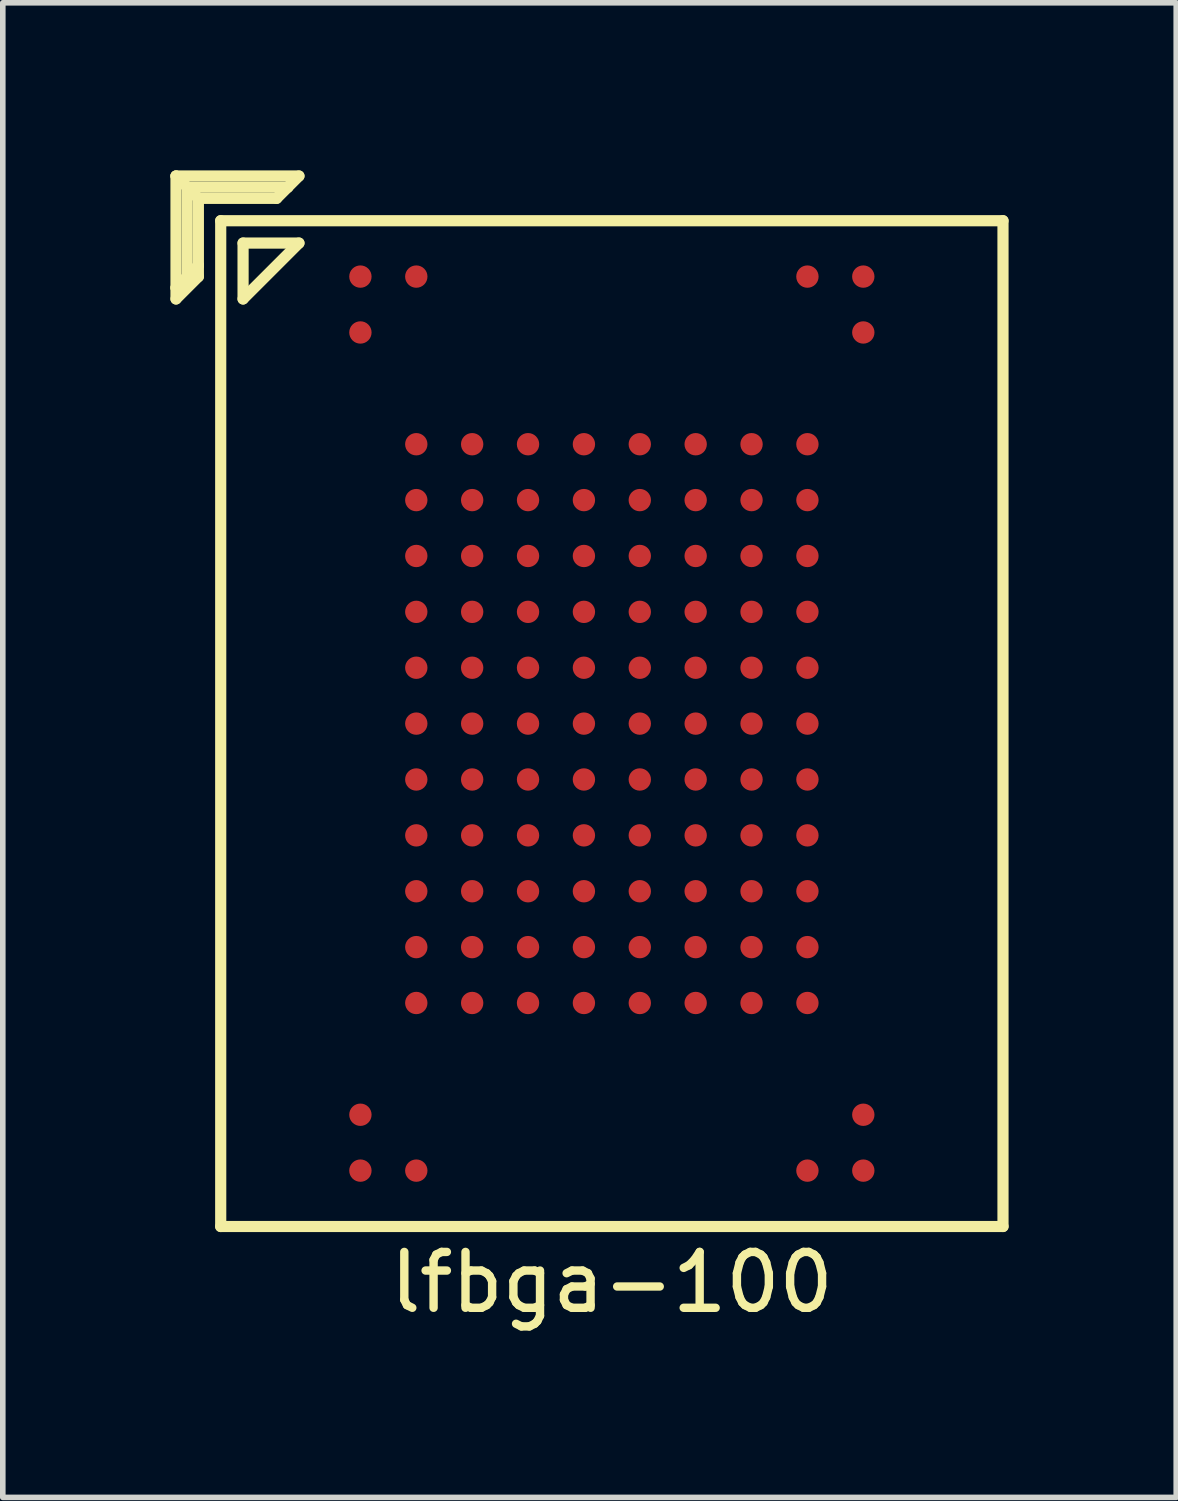
<source format=kicad_pcb>
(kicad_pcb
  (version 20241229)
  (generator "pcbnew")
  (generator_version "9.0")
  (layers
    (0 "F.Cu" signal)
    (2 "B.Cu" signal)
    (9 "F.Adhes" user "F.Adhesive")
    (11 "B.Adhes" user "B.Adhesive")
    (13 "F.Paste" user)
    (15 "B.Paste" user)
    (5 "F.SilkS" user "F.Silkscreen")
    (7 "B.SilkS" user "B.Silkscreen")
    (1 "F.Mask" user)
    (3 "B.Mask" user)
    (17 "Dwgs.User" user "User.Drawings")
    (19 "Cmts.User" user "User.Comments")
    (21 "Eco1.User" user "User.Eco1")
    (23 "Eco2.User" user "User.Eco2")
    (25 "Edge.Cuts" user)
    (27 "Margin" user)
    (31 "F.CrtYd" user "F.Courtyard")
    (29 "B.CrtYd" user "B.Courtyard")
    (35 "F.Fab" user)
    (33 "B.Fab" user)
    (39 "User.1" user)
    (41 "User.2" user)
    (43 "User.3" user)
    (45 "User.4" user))
  (footprint "lfbga-100"
    (layer "F.Cu")
    (at 7.9 9.9)
    (property "Reference" "lfbga-100" (at 0 10 0) (layer "F.SilkS") (effects (font (size 1 1) (thickness 0.15))))
    (attr through_hole)
    (fp_line (start -7.8 -9.8) (end -7.4 -9.4) (stroke (width 0.2) (type solid)) (layer "F.SilkS"))
    (fp_line (start -7.8 -9.8) (end -5.6 -9.8) (stroke (width 0.2) (type solid)) (layer "F.SilkS"))
    (fp_line (start -7.8 -7.8) (end -7.8 -9.8) (stroke (width 0.2) (type solid)) (layer "F.SilkS"))
    (fp_line (start -7.8 -7.6) (end -7.8 -7.8) (stroke (width 0.2) (type solid)) (layer "F.SilkS"))
    (fp_line (start -7.6 -9.6) (end -7.6 -8) (stroke (width 0.2) (type solid)) (layer "F.SilkS"))
    (fp_line (start -7.6 -8) (end -7.8 -7.8) (stroke (width 0.2) (type solid)) (layer "F.SilkS"))
    (fp_line (start -7.6 -8) (end -7.4 -8.2) (stroke (width 0.2) (type solid)) (layer "F.SilkS"))
    (fp_line (start -7.4 -9.4) (end -6 -9.4) (stroke (width 0.2) (type solid)) (layer "F.SilkS"))
    (fp_line (start -7.4 -8.2) (end -7.4 -9.4) (stroke (width 0.2) (type solid)) (layer "F.SilkS"))
    (fp_line (start -7.4 -8.2) (end -7.4 -8) (stroke (width 0.2) (type solid)) (layer "F.SilkS"))
    (fp_line (start -7.4 -8) (end -7.8 -7.6) (stroke (width 0.2) (type solid)) (layer "F.SilkS"))
    (fp_line (start -7 -9) (end 7 -9) (stroke (width 0.2) (type solid)) (layer "F.SilkS"))
    (fp_line (start -7 9) (end -7 -9) (stroke (width 0.2) (type solid)) (layer "F.SilkS"))
    (fp_line (start -6.6 -8.6) (end -6.6 -7.6) (stroke (width 0.2) (type solid)) (layer "F.SilkS"))
    (fp_line (start -6.6 -7.6) (end -5.6 -8.6) (stroke (width 0.2) (type solid)) (layer "F.SilkS"))
    (fp_line (start -6 -9.4) (end -5.8 -9.6) (stroke (width 0.2) (type solid)) (layer "F.SilkS"))
    (fp_line (start -5.8 -9.6) (end -7.6 -9.6) (stroke (width 0.2) (type solid)) (layer "F.SilkS"))
    (fp_line (start -5.6 -9.8) (end -5.8 -9.6) (stroke (width 0.2) (type solid)) (layer "F.SilkS"))
    (fp_line (start -5.6 -8.6) (end -6.6 -8.6) (stroke (width 0.2) (type solid)) (layer "F.SilkS"))
    (fp_line (start 7 -9) (end 7 9) (stroke (width 0.2) (type solid)) (layer "F.SilkS"))
    (fp_line (start 7 9) (end -7 9) (stroke (width 0.2) (type solid)) (layer "F.SilkS"))
    (pad "A1" smd circle (at -4.5 -8) (size 0.4 0.4) (layers "F.Cu" "F.Mask" "F.Paste"))
    (pad "A2" smd circle (at -3.5 -8) (size 0.4 0.4) (layers "F.Cu" "F.Mask" "F.Paste"))
    (pad "A9" smd circle (at 3.5 -8) (size 0.4 0.4) (layers "F.Cu" "F.Mask" "F.Paste"))
    (pad "A10" smd circle (at 4.5 -8) (size 0.4 0.4) (layers "F.Cu" "F.Mask" "F.Paste"))
    (pad "B1" smd circle (at -4.5 -7) (size 0.4 0.4) (layers "F.Cu" "F.Mask" "F.Paste"))
    (pad "B10" smd circle (at 4.5 -7) (size 0.4 0.4) (layers "F.Cu" "F.Mask" "F.Paste"))
    (pad "D2" smd circle (at -3.5 -5) (size 0.4 0.4) (layers "F.Cu" "F.Mask" "F.Paste"))
    (pad "D3" smd circle (at -2.5 -5) (size 0.4 0.4) (layers "F.Cu" "F.Mask" "F.Paste"))
    (pad "D4" smd circle (at -1.5 -5) (size 0.4 0.4) (layers "F.Cu" "F.Mask" "F.Paste"))
    (pad "D5" smd circle (at -0.5 -5) (size 0.4 0.4) (layers "F.Cu" "F.Mask" "F.Paste"))
    (pad "D6" smd circle (at 0.5 -5) (size 0.4 0.4) (layers "F.Cu" "F.Mask" "F.Paste"))
    (pad "D7" smd circle (at 1.5 -5) (size 0.4 0.4) (layers "F.Cu" "F.Mask" "F.Paste"))
    (pad "D8" smd circle (at 2.5 -5) (size 0.4 0.4) (layers "F.Cu" "F.Mask" "F.Paste"))
    (pad "D9" smd circle (at 3.5 -5) (size 0.4 0.4) (layers "F.Cu" "F.Mask" "F.Paste"))
    (pad "E2" smd circle (at -3.5 -4) (size 0.4 0.4) (layers "F.Cu" "F.Mask" "F.Paste"))
    (pad "E3" smd circle (at -2.5 -4) (size 0.4 0.4) (layers "F.Cu" "F.Mask" "F.Paste"))
    (pad "E4" smd circle (at -1.5 -4) (size 0.4 0.4) (layers "F.Cu" "F.Mask" "F.Paste"))
    (pad "E5" smd circle (at -0.5 -4) (size 0.4 0.4) (layers "F.Cu" "F.Mask" "F.Paste"))
    (pad "E6" smd circle (at 0.5 -4) (size 0.4 0.4) (layers "F.Cu" "F.Mask" "F.Paste"))
    (pad "E7" smd circle (at 1.5 -4) (size 0.4 0.4) (layers "F.Cu" "F.Mask" "F.Paste"))
    (pad "E8" smd circle (at 2.5 -4) (size 0.4 0.4) (layers "F.Cu" "F.Mask" "F.Paste"))
    (pad "E9" smd circle (at 3.5 -4) (size 0.4 0.4) (layers "F.Cu" "F.Mask" "F.Paste"))
    (pad "F2" smd circle (at -3.5 -3) (size 0.4 0.4) (layers "F.Cu" "F.Mask" "F.Paste"))
    (pad "F3" smd circle (at -2.5 -3) (size 0.4 0.4) (layers "F.Cu" "F.Mask" "F.Paste"))
    (pad "F4" smd circle (at -1.5 -3) (size 0.4 0.4) (layers "F.Cu" "F.Mask" "F.Paste"))
    (pad "F5" smd circle (at -0.5 -3) (size 0.4 0.4) (layers "F.Cu" "F.Mask" "F.Paste"))
    (pad "F6" smd circle (at 0.5 -3) (size 0.4 0.4) (layers "F.Cu" "F.Mask" "F.Paste"))
    (pad "F7" smd circle (at 1.5 -3) (size 0.4 0.4) (layers "F.Cu" "F.Mask" "F.Paste"))
    (pad "F8" smd circle (at 2.5 -3) (size 0.4 0.4) (layers "F.Cu" "F.Mask" "F.Paste"))
    (pad "F9" smd circle (at 3.5 -3) (size 0.4 0.4) (layers "F.Cu" "F.Mask" "F.Paste"))
    (pad "G2" smd circle (at -3.5 -2) (size 0.4 0.4) (layers "F.Cu" "F.Mask" "F.Paste"))
    (pad "G3" smd circle (at -2.5 -2) (size 0.4 0.4) (layers "F.Cu" "F.Mask" "F.Paste"))
    (pad "G4" smd circle (at -1.5 -2) (size 0.4 0.4) (layers "F.Cu" "F.Mask" "F.Paste"))
    (pad "G5" smd circle (at -0.5 -2) (size 0.4 0.4) (layers "F.Cu" "F.Mask" "F.Paste"))
    (pad "G6" smd circle (at 0.5 -2) (size 0.4 0.4) (layers "F.Cu" "F.Mask" "F.Paste"))
    (pad "G7" smd circle (at 1.5 -2) (size 0.4 0.4) (layers "F.Cu" "F.Mask" "F.Paste"))
    (pad "G8" smd circle (at 2.5 -2) (size 0.4 0.4) (layers "F.Cu" "F.Mask" "F.Paste"))
    (pad "G9" smd circle (at 3.5 -2) (size 0.4 0.4) (layers "F.Cu" "F.Mask" "F.Paste"))
    (pad "H2" smd circle (at -3.5 -1) (size 0.4 0.4) (layers "F.Cu" "F.Mask" "F.Paste"))
    (pad "H3" smd circle (at -2.5 -1) (size 0.4 0.4) (layers "F.Cu" "F.Mask" "F.Paste"))
    (pad "H4" smd circle (at -1.5 -1) (size 0.4 0.4) (layers "F.Cu" "F.Mask" "F.Paste"))
    (pad "H5" smd circle (at -0.5 -1) (size 0.4 0.4) (layers "F.Cu" "F.Mask" "F.Paste"))
    (pad "H6" smd circle (at 0.5 -1) (size 0.4 0.4) (layers "F.Cu" "F.Mask" "F.Paste"))
    (pad "H7" smd circle (at 1.5 -1) (size 0.4 0.4) (layers "F.Cu" "F.Mask" "F.Paste"))
    (pad "H8" smd circle (at 2.5 -1) (size 0.4 0.4) (layers "F.Cu" "F.Mask" "F.Paste"))
    (pad "H9" smd circle (at 3.5 -1) (size 0.4 0.4) (layers "F.Cu" "F.Mask" "F.Paste"))
    (pad "J2" smd circle (at -3.5 0) (size 0.4 0.4) (layers "F.Cu" "F.Mask" "F.Paste"))
    (pad "J3" smd circle (at -2.5 0) (size 0.4 0.4) (layers "F.Cu" "F.Mask" "F.Paste"))
    (pad "J4" smd circle (at -1.5 0) (size 0.4 0.4) (layers "F.Cu" "F.Mask" "F.Paste"))
    (pad "J5" smd circle (at -0.5 0) (size 0.4 0.4) (layers "F.Cu" "F.Mask" "F.Paste"))
    (pad "J6" smd circle (at 0.5 0) (size 0.4 0.4) (layers "F.Cu" "F.Mask" "F.Paste"))
    (pad "J7" smd circle (at 1.5 0) (size 0.4 0.4) (layers "F.Cu" "F.Mask" "F.Paste"))
    (pad "J8" smd circle (at 2.5 0) (size 0.4 0.4) (layers "F.Cu" "F.Mask" "F.Paste"))
    (pad "J9" smd circle (at 3.5 0) (size 0.4 0.4) (layers "F.Cu" "F.Mask" "F.Paste"))
    (pad "K2" smd circle (at -3.5 1) (size 0.4 0.4) (layers "F.Cu" "F.Mask" "F.Paste"))
    (pad "K3" smd circle (at -2.5 1) (size 0.4 0.4) (layers "F.Cu" "F.Mask" "F.Paste"))
    (pad "K4" smd circle (at -1.5 1) (size 0.4 0.4) (layers "F.Cu" "F.Mask" "F.Paste"))
    (pad "K5" smd circle (at -0.5 1) (size 0.4 0.4) (layers "F.Cu" "F.Mask" "F.Paste"))
    (pad "K6" smd circle (at 0.5 1) (size 0.4 0.4) (layers "F.Cu" "F.Mask" "F.Paste"))
    (pad "K7" smd circle (at 1.5 1) (size 0.4 0.4) (layers "F.Cu" "F.Mask" "F.Paste"))
    (pad "K8" smd circle (at 2.5 1) (size 0.4 0.4) (layers "F.Cu" "F.Mask" "F.Paste"))
    (pad "K9" smd circle (at 3.5 1) (size 0.4 0.4) (layers "F.Cu" "F.Mask" "F.Paste"))
    (pad "L2" smd circle (at -3.5 2) (size 0.4 0.4) (layers "F.Cu" "F.Mask" "F.Paste"))
    (pad "L3" smd circle (at -2.5 2) (size 0.4 0.4) (layers "F.Cu" "F.Mask" "F.Paste"))
    (pad "L4" smd circle (at -1.5 2) (size 0.4 0.4) (layers "F.Cu" "F.Mask" "F.Paste"))
    (pad "L5" smd circle (at -0.5 2) (size 0.4 0.4) (layers "F.Cu" "F.Mask" "F.Paste"))
    (pad "L6" smd circle (at 0.5 2) (size 0.4 0.4) (layers "F.Cu" "F.Mask" "F.Paste"))
    (pad "L7" smd circle (at 1.5 2) (size 0.4 0.4) (layers "F.Cu" "F.Mask" "F.Paste"))
    (pad "L8" smd circle (at 2.5 2) (size 0.4 0.4) (layers "F.Cu" "F.Mask" "F.Paste"))
    (pad "L9" smd circle (at 3.5 2) (size 0.4 0.4) (layers "F.Cu" "F.Mask" "F.Paste"))
    (pad "M2" smd circle (at -3.5 3) (size 0.4 0.4) (layers "F.Cu" "F.Mask" "F.Paste"))
    (pad "M3" smd circle (at -2.5 3) (size 0.4 0.4) (layers "F.Cu" "F.Mask" "F.Paste"))
    (pad "M4" smd circle (at -1.5 3) (size 0.4 0.4) (layers "F.Cu" "F.Mask" "F.Paste"))
    (pad "M5" smd circle (at -0.5 3) (size 0.4 0.4) (layers "F.Cu" "F.Mask" "F.Paste"))
    (pad "M6" smd circle (at 0.5 3) (size 0.4 0.4) (layers "F.Cu" "F.Mask" "F.Paste"))
    (pad "M7" smd circle (at 1.5 3) (size 0.4 0.4) (layers "F.Cu" "F.Mask" "F.Paste"))
    (pad "M8" smd circle (at 2.5 3) (size 0.4 0.4) (layers "F.Cu" "F.Mask" "F.Paste"))
    (pad "M9" smd circle (at 3.5 3) (size 0.4 0.4) (layers "F.Cu" "F.Mask" "F.Paste"))
    (pad "N2" smd circle (at -3.5 4) (size 0.4 0.4) (layers "F.Cu" "F.Mask" "F.Paste"))
    (pad "N3" smd circle (at -2.5 4) (size 0.4 0.4) (layers "F.Cu" "F.Mask" "F.Paste"))
    (pad "N4" smd circle (at -1.5 4) (size 0.4 0.4) (layers "F.Cu" "F.Mask" "F.Paste"))
    (pad "N5" smd circle (at -0.5 4) (size 0.4 0.4) (layers "F.Cu" "F.Mask" "F.Paste"))
    (pad "N6" smd circle (at 0.5 4) (size 0.4 0.4) (layers "F.Cu" "F.Mask" "F.Paste"))
    (pad "N7" smd circle (at 1.5 4) (size 0.4 0.4) (layers "F.Cu" "F.Mask" "F.Paste"))
    (pad "N8" smd circle (at 2.5 4) (size 0.4 0.4) (layers "F.Cu" "F.Mask" "F.Paste"))
    (pad "N9" smd circle (at 3.5 4) (size 0.4 0.4) (layers "F.Cu" "F.Mask" "F.Paste"))
    (pad "P2" smd circle (at -3.5 5) (size 0.4 0.4) (layers "F.Cu" "F.Mask" "F.Paste"))
    (pad "P3" smd circle (at -2.5 5) (size 0.4 0.4) (layers "F.Cu" "F.Mask" "F.Paste"))
    (pad "P4" smd circle (at -1.5 5) (size 0.4 0.4) (layers "F.Cu" "F.Mask" "F.Paste"))
    (pad "P5" smd circle (at -0.5 5) (size 0.4 0.4) (layers "F.Cu" "F.Mask" "F.Paste"))
    (pad "P6" smd circle (at 0.5 5) (size 0.4 0.4) (layers "F.Cu" "F.Mask" "F.Paste"))
    (pad "P7" smd circle (at 1.5 5) (size 0.4 0.4) (layers "F.Cu" "F.Mask" "F.Paste"))
    (pad "P8" smd circle (at 2.5 5) (size 0.4 0.4) (layers "F.Cu" "F.Mask" "F.Paste"))
    (pad "P9" smd circle (at 3.5 5) (size 0.4 0.4) (layers "F.Cu" "F.Mask" "F.Paste"))
    (pad "T1" smd circle (at -4.5 7) (size 0.4 0.4) (layers "F.Cu" "F.Mask" "F.Paste"))
    (pad "T10" smd circle (at 4.5 7) (size 0.4 0.4) (layers "F.Cu" "F.Mask" "F.Paste"))
    (pad "U1" smd circle (at -4.5 8) (size 0.4 0.4) (layers "F.Cu" "F.Mask" "F.Paste"))
    (pad "U2" smd circle (at -3.5 8) (size 0.4 0.4) (layers "F.Cu" "F.Mask" "F.Paste"))
    (pad "U9" smd circle (at 3.5 8) (size 0.4 0.4) (layers "F.Cu" "F.Mask" "F.Paste"))
    (pad "U10" smd circle (at 4.5 8) (size 0.4 0.4) (layers "F.Cu" "F.Mask" "F.Paste")))
  (gr_rect
    (start -3 -3)
    (end 18 23.748)
    (stroke (width 0.1) (type default))
    (fill no)
    (layer "Edge.Cuts")))
</source>
